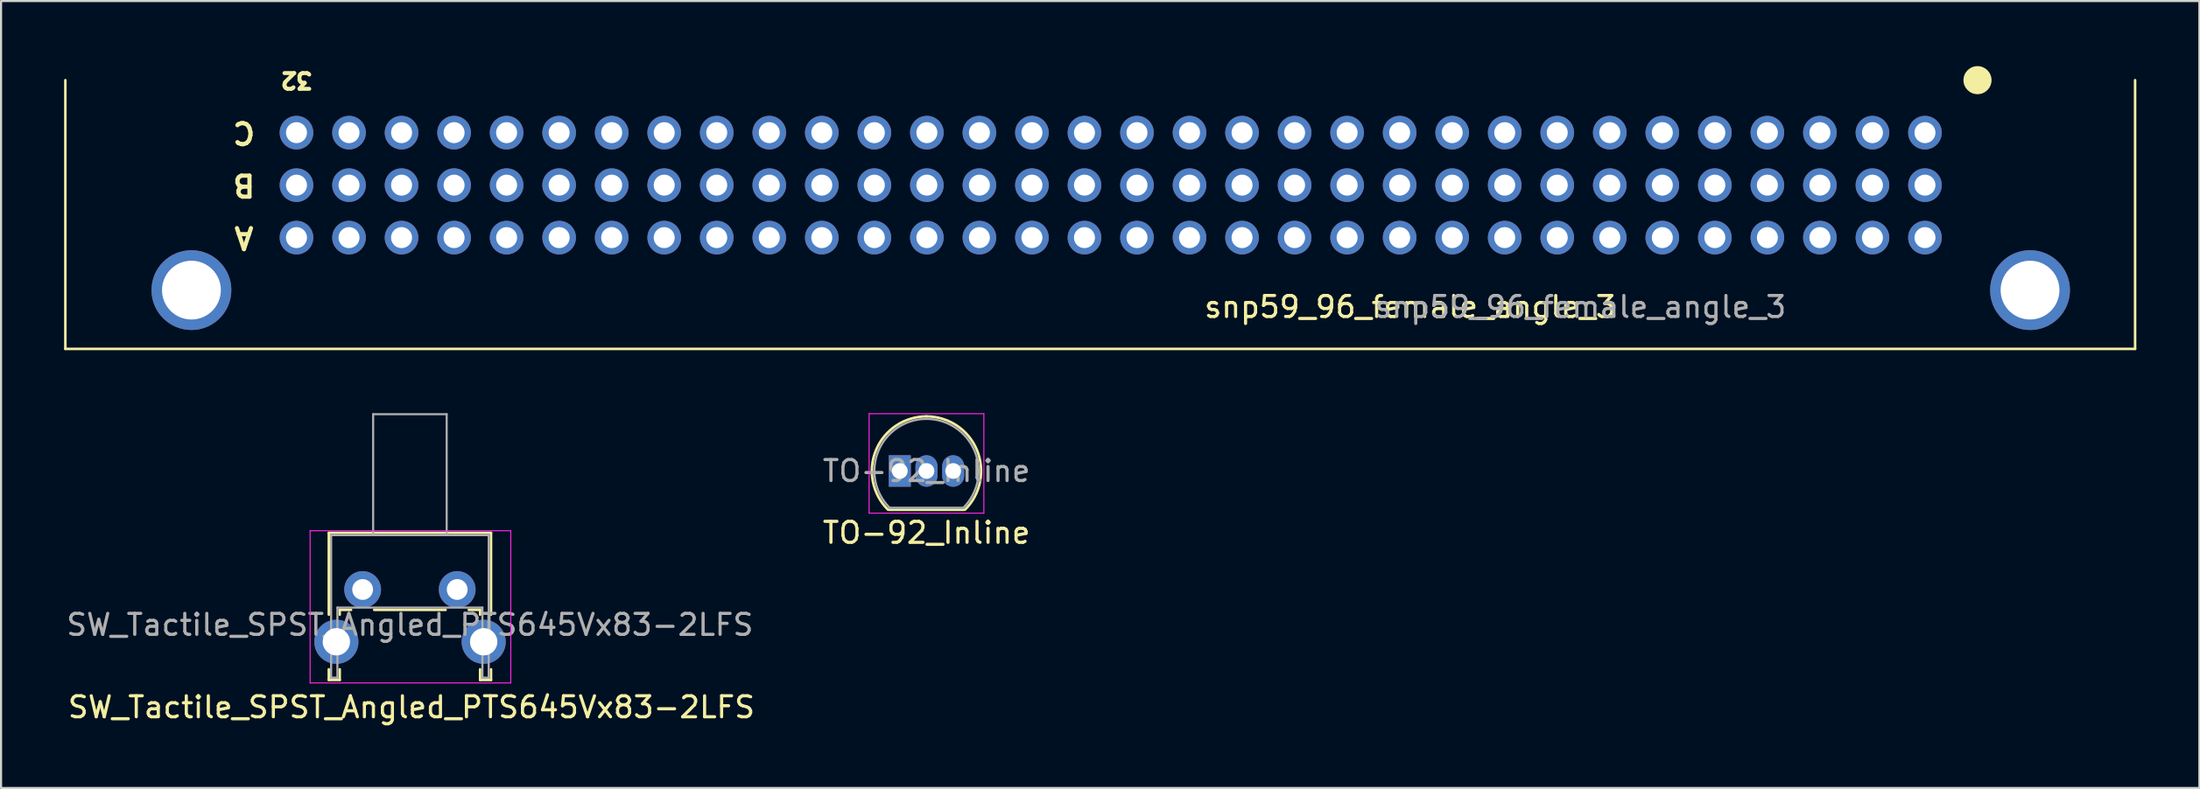
<source format=kicad_pcb>
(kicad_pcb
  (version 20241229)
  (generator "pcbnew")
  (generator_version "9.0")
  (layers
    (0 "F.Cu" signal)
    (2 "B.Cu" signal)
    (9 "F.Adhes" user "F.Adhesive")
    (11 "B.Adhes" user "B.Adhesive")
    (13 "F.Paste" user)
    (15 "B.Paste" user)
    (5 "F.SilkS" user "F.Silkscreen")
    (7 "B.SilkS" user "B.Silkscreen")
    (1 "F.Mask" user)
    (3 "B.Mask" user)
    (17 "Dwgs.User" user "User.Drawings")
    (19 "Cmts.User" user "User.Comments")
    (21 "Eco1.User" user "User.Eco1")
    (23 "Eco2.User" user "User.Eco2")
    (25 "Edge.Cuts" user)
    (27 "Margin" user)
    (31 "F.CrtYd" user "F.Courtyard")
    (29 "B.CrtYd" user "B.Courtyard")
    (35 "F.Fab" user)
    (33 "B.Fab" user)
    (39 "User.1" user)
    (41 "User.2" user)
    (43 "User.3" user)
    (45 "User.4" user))
  (footprint "SW_Tactile_SPST_Angled_PTS645Vx83-2LFS"
    (layer "F.Cu")
    (at 14.208 25.028)
    (property "Reference" "SW_Tactile_SPST_Angled_PTS645Vx83-2LFS" (at 2.322 5.606 0) (layer "F.SilkS") (effects (font (size 1 1) (thickness 0.15))))
    (attr through_hole)
    (fp_line (start -1.61 -2.7) (end -1.61 1.2) (stroke (width 0.12) (type solid)) (layer "F.SilkS"))
    (fp_line (start -1.61 -2.7) (end 6.11 -2.7) (stroke (width 0.12) (type solid)) (layer "F.SilkS"))
    (fp_line (start -1.61 3.8) (end -1.61 4.31) (stroke (width 0.12) (type solid)) (layer "F.SilkS"))
    (fp_line (start -1.61 4.31) (end -1.09 4.31) (stroke (width 0.12) (type solid)) (layer "F.SilkS"))
    (fp_line (start -1.09 0.97) (end -1.09 1.2) (stroke (width 0.12) (type solid)) (layer "F.SilkS"))
    (fp_line (start -1.09 0.97) (end -0.55 0.97) (stroke (width 0.12) (type solid)) (layer "F.SilkS"))
    (fp_line (start -1.09 3.8) (end -1.09 4.31) (stroke (width 0.12) (type solid)) (layer "F.SilkS"))
    (fp_line (start 0.55 0.97) (end 3.95 0.97) (stroke (width 0.12) (type solid)) (layer "F.SilkS"))
    (fp_line (start 5.05 0.97) (end 5.59 0.97) (stroke (width 0.12) (type solid)) (layer "F.SilkS"))
    (fp_line (start 5.59 0.97) (end 5.59 1.2) (stroke (width 0.12) (type solid)) (layer "F.SilkS"))
    (fp_line (start 5.59 3.8) (end 5.59 4.31) (stroke (width 0.12) (type solid)) (layer "F.SilkS"))
    (fp_line (start 5.59 4.31) (end 6.11 4.31) (stroke (width 0.12) (type solid)) (layer "F.SilkS"))
    (fp_line (start 6.11 -2.7) (end 6.11 1.2) (stroke (width 0.12) (type solid)) (layer "F.SilkS"))
    (fp_line (start 6.11 3.8) (end 6.11 4.31) (stroke (width 0.12) (type solid)) (layer "F.SilkS"))
    (fp_line (start -2.5 -2.8) (end 7.05 -2.8) (stroke (width 0.05) (type solid)) (layer "F.CrtYd"))
    (fp_line (start -2.5 4.45) (end -2.5 -2.8) (stroke (width 0.05) (type solid)) (layer "F.CrtYd"))
    (fp_line (start 7.05 -2.8) (end 7.05 4.45) (stroke (width 0.05) (type solid)) (layer "F.CrtYd"))
    (fp_line (start 7.05 4.45) (end -2.5 4.45) (stroke (width 0.05) (type solid)) (layer "F.CrtYd"))
    (fp_line (start -1.5 -2.59) (end 6 -2.59) (stroke (width 0.1) (type solid)) (layer "F.Fab"))
    (fp_line (start -1.5 4.2) (end -1.5 -2.59) (stroke (width 0.1) (type solid)) (layer "F.Fab"))
    (fp_line (start -1.5 4.2) (end -1.2 4.2) (stroke (width 0.1) (type solid)) (layer "F.Fab"))
    (fp_line (start -1.2 0.86) (end 5.7 0.86) (stroke (width 0.1) (type solid)) (layer "F.Fab"))
    (fp_line (start -1.2 4.2) (end -1.2 0.86) (stroke (width 0.1) (type solid)) (layer "F.Fab"))
    (fp_line (start 0.5 -8.35) (end 0.5 -2.59) (stroke (width 0.1) (type solid)) (layer "F.Fab"))
    (fp_line (start 0.5 -8.35) (end 4 -8.35) (stroke (width 0.1) (type solid)) (layer "F.Fab"))
    (fp_line (start 4 -8.35) (end 4 -2.59) (stroke (width 0.1) (type solid)) (layer "F.Fab"))
    (fp_line (start 5.7 4.2) (end 5.7 0.86) (stroke (width 0.1) (type solid)) (layer "F.Fab"))
    (fp_line (start 5.7 4.2) (end 6 4.2) (stroke (width 0.1) (type solid)) (layer "F.Fab"))
    (fp_line (start 6 4.2) (end 6 -2.59) (stroke (width 0.1) (type solid)) (layer "F.Fab"))
    (fp_text user "${REFERENCE}" (at 2.25 1.68 0) (layer "F.Fab") (effects (font (size 1 1) (thickness 0.15))))
    (pad "" thru_hole circle (at -1.25 2.49) (size 2.1 2.1) (drill 1.3) (layers "*.Cu" "*.Mask"))
    (pad "" thru_hole circle (at 5.76 2.49) (size 2.1 2.1) (drill 1.3) (layers "*.Cu" "*.Mask"))
    (pad "1" thru_hole circle (at 0 0) (size 1.75 1.75) (drill 0.99) (layers "*.Cu" "*.Mask"))
    (pad "2" thru_hole circle (at 4.5 0) (size 1.75 1.75) (drill 0.99) (layers "*.Cu" "*.Mask")))
  (footprint "snp59_96_female_angle_3"
    (layer "F.Cu")
    (at 88.56 8.268)
    (property "Reference" "snp59_96_female_angle_3" (at -24.5 3.3 0) (unlocked yes) (layer "F.SilkS") (effects (font (size 1 1) (thickness 0.15))))
    (attr through_hole)
    (fp_line (start -88.5 5.3) (end -88.5 -7.5) (stroke (width 0.12) (type solid)) (layer "F.SilkS"))
    (fp_line (start 10 -7.5) (end 10 5.3) (stroke (width 0.12) (type solid)) (layer "F.SilkS"))
    (fp_line (start 10 5.3) (end -88.5 5.3) (stroke (width 0.12) (type solid)) (layer "F.SilkS"))
    (fp_circle (center 2.5 -7.5) (end 3.108 -7.5) (stroke (width 0.12) (type solid)) (fill yes) (layer "F.SilkS"))
    (fp_text user "C" (at -80 -5 180) (unlocked yes) (layer "F.SilkS") (effects (font (size 1 1) (thickness 0.2))))
    (fp_text user "B" (at -80 -2.5 180) (unlocked yes) (layer "F.SilkS") (effects (font (size 1 1) (thickness 0.2))))
    (fp_text user "32" (at -77.5 -7.5 180) (unlocked yes) (layer "F.SilkS") (effects (font (size 0.75 0.75) (thickness 0.2))))
    (fp_text user "A" (at -80 0 180) (unlocked yes) (layer "F.SilkS") (effects (font (size 1 1) (thickness 0.2))))
    (fp_text user "${REFERENCE}" (at -16.4 3.3 0) (unlocked yes) (layer "F.Fab") (effects (font (size 1 1) (thickness 0.15))))
    (pad "" np_thru_hole circle (at -82.5 2.5) (size 3.8 3.8) (drill 2.8) (layers "*.Cu" "*.Mask"))
    (pad "" np_thru_hole circle (at 5 2.5) (size 3.8 3.8) (drill 2.8) (layers "*.Cu" "*.Mask"))
    (pad "1" thru_hole circle (at 0 -5) (size 1.6 1.6) (drill 1) (layers "*.Cu" "*.Mask"))
    (pad "1" thru_hole circle (at 0 -2.5) (size 1.6 1.6) (drill 1) (layers "*.Cu" "*.Mask"))
    (pad "2" thru_hole circle (at -2.5 -5) (size 1.6 1.6) (drill 1) (layers "*.Cu" "*.Mask"))
    (pad "2" thru_hole circle (at -2.5 -2.5) (size 1.6 1.6) (drill 1) (layers "*.Cu" "*.Mask"))
    (pad "3" thru_hole circle (at -5 -5) (size 1.6 1.6) (drill 1) (layers "*.Cu" "*.Mask"))
    (pad "3" thru_hole circle (at -5 -2.5) (size 1.6 1.6) (drill 1) (layers "*.Cu" "*.Mask"))
    (pad "4" thru_hole circle (at -7.5 -5) (size 1.6 1.6) (drill 1) (layers "*.Cu" "*.Mask"))
    (pad "4" thru_hole circle (at -7.5 -2.5) (size 1.6 1.6) (drill 1) (layers "*.Cu" "*.Mask"))
    (pad "5" thru_hole circle (at -10 -5) (size 1.6 1.6) (drill 1) (layers "*.Cu" "*.Mask"))
    (pad "5" thru_hole circle (at -10 -2.5) (size 1.6 1.6) (drill 1) (layers "*.Cu" "*.Mask"))
    (pad "6" thru_hole circle (at -12.5 -5) (size 1.6 1.6) (drill 1) (layers "*.Cu" "*.Mask"))
    (pad "6" thru_hole circle (at -12.5 -2.5) (size 1.6 1.6) (drill 1) (layers "*.Cu" "*.Mask"))
    (pad "7" thru_hole circle (at -15 -5) (size 1.6 1.6) (drill 1) (layers "*.Cu" "*.Mask"))
    (pad "7" thru_hole circle (at -15 -2.5) (size 1.6 1.6) (drill 1) (layers "*.Cu" "*.Mask"))
    (pad "8" thru_hole circle (at -17.5 -5) (size 1.6 1.6) (drill 1) (layers "*.Cu" "*.Mask"))
    (pad "8" thru_hole circle (at -17.5 -2.5) (size 1.6 1.6) (drill 1) (layers "*.Cu" "*.Mask"))
    (pad "9" thru_hole circle (at -20 -5) (size 1.6 1.6) (drill 1) (layers "*.Cu" "*.Mask"))
    (pad "9" thru_hole circle (at -20 -2.5) (size 1.6 1.6) (drill 1) (layers "*.Cu" "*.Mask"))
    (pad "10" thru_hole circle (at -22.5 -5) (size 1.6 1.6) (drill 1) (layers "*.Cu" "*.Mask"))
    (pad "10" thru_hole circle (at -22.5 -2.5) (size 1.6 1.6) (drill 1) (layers "*.Cu" "*.Mask"))
    (pad "11" thru_hole circle (at -25 -5) (size 1.6 1.6) (drill 1) (layers "*.Cu" "*.Mask"))
    (pad "11" thru_hole circle (at -25 -2.5) (size 1.6 1.6) (drill 1) (layers "*.Cu" "*.Mask"))
    (pad "12" thru_hole circle (at -27.5 -5) (size 1.6 1.6) (drill 1) (layers "*.Cu" "*.Mask"))
    (pad "12" thru_hole circle (at -27.5 -2.5) (size 1.6 1.6) (drill 1) (layers "*.Cu" "*.Mask"))
    (pad "13" thru_hole circle (at -30 -5) (size 1.6 1.6) (drill 1) (layers "*.Cu" "*.Mask"))
    (pad "13" thru_hole circle (at -30 -2.5) (size 1.6 1.6) (drill 1) (layers "*.Cu" "*.Mask"))
    (pad "14" thru_hole circle (at -32.5 -5) (size 1.6 1.6) (drill 1) (layers "*.Cu" "*.Mask"))
    (pad "14" thru_hole circle (at -32.5 -2.5) (size 1.6 1.6) (drill 1) (layers "*.Cu" "*.Mask"))
    (pad "15" thru_hole circle (at -35 -5) (size 1.6 1.6) (drill 1) (layers "*.Cu" "*.Mask"))
    (pad "15" thru_hole circle (at -35 -2.5) (size 1.6 1.6) (drill 1) (layers "*.Cu" "*.Mask"))
    (pad "16" thru_hole circle (at -37.5 -5) (size 1.6 1.6) (drill 1) (layers "*.Cu" "*.Mask"))
    (pad "16" thru_hole circle (at -37.5 -2.5) (size 1.6 1.6) (drill 1) (layers "*.Cu" "*.Mask"))
    (pad "17" thru_hole circle (at -40 -5) (size 1.6 1.6) (drill 1) (layers "*.Cu" "*.Mask"))
    (pad "17" thru_hole circle (at -40 -2.5) (size 1.6 1.6) (drill 1) (layers "*.Cu" "*.Mask"))
    (pad "18" thru_hole circle (at -42.5 -5) (size 1.6 1.6) (drill 1) (layers "*.Cu" "*.Mask"))
    (pad "18" thru_hole circle (at -42.5 -2.5) (size 1.6 1.6) (drill 1) (layers "*.Cu" "*.Mask"))
    (pad "19" thru_hole circle (at -45 -5) (size 1.6 1.6) (drill 1) (layers "*.Cu" "*.Mask"))
    (pad "19" thru_hole circle (at -45 -2.5) (size 1.6 1.6) (drill 1) (layers "*.Cu" "*.Mask"))
    (pad "20" thru_hole circle (at -47.5 -5) (size 1.6 1.6) (drill 1) (layers "*.Cu" "*.Mask"))
    (pad "20" thru_hole circle (at -47.5 -2.5) (size 1.6 1.6) (drill 1) (layers "*.Cu" "*.Mask"))
    (pad "21" thru_hole circle (at -50 -5) (size 1.6 1.6) (drill 1) (layers "*.Cu" "*.Mask"))
    (pad "21" thru_hole circle (at -50 -2.5) (size 1.6 1.6) (drill 1) (layers "*.Cu" "*.Mask"))
    (pad "22" thru_hole circle (at -52.5 -5) (size 1.6 1.6) (drill 1) (layers "*.Cu" "*.Mask"))
    (pad "22" thru_hole circle (at -52.5 -2.5) (size 1.6 1.6) (drill 1) (layers "*.Cu" "*.Mask"))
    (pad "23" thru_hole circle (at -55 -5) (size 1.6 1.6) (drill 1) (layers "*.Cu" "*.Mask"))
    (pad "23" thru_hole circle (at -55 -2.5) (size 1.6 1.6) (drill 1) (layers "*.Cu" "*.Mask"))
    (pad "24" thru_hole circle (at -57.5 -5) (size 1.6 1.6) (drill 1) (layers "*.Cu" "*.Mask"))
    (pad "24" thru_hole circle (at -57.5 -2.5) (size 1.6 1.6) (drill 1) (layers "*.Cu" "*.Mask"))
    (pad "25" thru_hole circle (at -60 -5) (size 1.6 1.6) (drill 1) (layers "*.Cu" "*.Mask"))
    (pad "25" thru_hole circle (at -60 -2.5) (size 1.6 1.6) (drill 1) (layers "*.Cu" "*.Mask"))
    (pad "26" thru_hole circle (at -62.5 -5) (size 1.6 1.6) (drill 1) (layers "*.Cu" "*.Mask"))
    (pad "26" thru_hole circle (at -62.5 -2.5) (size 1.6 1.6) (drill 1) (layers "*.Cu" "*.Mask"))
    (pad "27" thru_hole circle (at -65 -5) (size 1.6 1.6) (drill 1) (layers "*.Cu" "*.Mask"))
    (pad "27" thru_hole circle (at -65 -2.5) (size 1.6 1.6) (drill 1) (layers "*.Cu" "*.Mask"))
    (pad "28" thru_hole circle (at -67.5 -5) (size 1.6 1.6) (drill 1) (layers "*.Cu" "*.Mask"))
    (pad "28" thru_hole circle (at -67.5 -2.5) (size 1.6 1.6) (drill 1) (layers "*.Cu" "*.Mask"))
    (pad "29" thru_hole circle (at -70 -5) (size 1.6 1.6) (drill 1) (layers "*.Cu" "*.Mask"))
    (pad "29" thru_hole circle (at -70 -2.5) (size 1.6 1.6) (drill 1) (layers "*.Cu" "*.Mask"))
    (pad "30" thru_hole circle (at -72.5 -5) (size 1.6 1.6) (drill 1) (layers "*.Cu" "*.Mask"))
    (pad "30" thru_hole circle (at -72.5 -2.5) (size 1.6 1.6) (drill 1) (layers "*.Cu" "*.Mask"))
    (pad "31" thru_hole circle (at -75 -5) (size 1.6 1.6) (drill 1) (layers "*.Cu" "*.Mask"))
    (pad "31" thru_hole circle (at -75 -2.5) (size 1.6 1.6) (drill 1) (layers "*.Cu" "*.Mask"))
    (pad "32" thru_hole circle (at -77.5 -5) (size 1.6 1.6) (drill 1) (layers "*.Cu" "*.Mask"))
    (pad "32" thru_hole circle (at -77.5 -2.5) (size 1.6 1.6) (drill 1) (layers "*.Cu" "*.Mask"))
    (pad "33" thru_hole circle (at 0 0) (size 1.6 1.6) (drill 1) (layers "*.Cu" "*.Mask"))
    (pad "34" thru_hole circle (at -2.5 0) (size 1.6 1.6) (drill 1) (layers "*.Cu" "*.Mask"))
    (pad "35" thru_hole circle (at -5 0) (size 1.6 1.6) (drill 1) (layers "*.Cu" "*.Mask"))
    (pad "36" thru_hole circle (at -7.5 0) (size 1.6 1.6) (drill 1) (layers "*.Cu" "*.Mask"))
    (pad "37" thru_hole circle (at -10 0) (size 1.6 1.6) (drill 1) (layers "*.Cu" "*.Mask"))
    (pad "38" thru_hole circle (at -12.5 0) (size 1.6 1.6) (drill 1) (layers "*.Cu" "*.Mask"))
    (pad "39" thru_hole circle (at -15 0) (size 1.6 1.6) (drill 1) (layers "*.Cu" "*.Mask"))
    (pad "40" thru_hole circle (at -17.5 0) (size 1.6 1.6) (drill 1) (layers "*.Cu" "*.Mask"))
    (pad "41" thru_hole circle (at -20 0) (size 1.6 1.6) (drill 1) (layers "*.Cu" "*.Mask"))
    (pad "42" thru_hole circle (at -22.5 0) (size 1.6 1.6) (drill 1) (layers "*.Cu" "*.Mask"))
    (pad "43" thru_hole circle (at -25 0) (size 1.6 1.6) (drill 1) (layers "*.Cu" "*.Mask"))
    (pad "44" thru_hole circle (at -27.5 0) (size 1.6 1.6) (drill 1) (layers "*.Cu" "*.Mask"))
    (pad "45" thru_hole circle (at -30 0) (size 1.6 1.6) (drill 1) (layers "*.Cu" "*.Mask"))
    (pad "46" thru_hole circle (at -32.5 0) (size 1.6 1.6) (drill 1) (layers "*.Cu" "*.Mask"))
    (pad "47" thru_hole circle (at -35 0) (size 1.6 1.6) (drill 1) (layers "*.Cu" "*.Mask"))
    (pad "48" thru_hole circle (at -37.5 0) (size 1.6 1.6) (drill 1) (layers "*.Cu" "*.Mask"))
    (pad "49" thru_hole circle (at -40 0) (size 1.6 1.6) (drill 1) (layers "*.Cu" "*.Mask"))
    (pad "50" thru_hole circle (at -42.5 0) (size 1.6 1.6) (drill 1) (layers "*.Cu" "*.Mask"))
    (pad "51" thru_hole circle (at -45 0) (size 1.6 1.6) (drill 1) (layers "*.Cu" "*.Mask"))
    (pad "52" thru_hole circle (at -47.5 0) (size 1.6 1.6) (drill 1) (layers "*.Cu" "*.Mask"))
    (pad "53" thru_hole circle (at -50 0) (size 1.6 1.6) (drill 1) (layers "*.Cu" "*.Mask"))
    (pad "54" thru_hole circle (at -52.5 0) (size 1.6 1.6) (drill 1) (layers "*.Cu" "*.Mask"))
    (pad "55" thru_hole circle (at -55 0) (size 1.6 1.6) (drill 1) (layers "*.Cu" "*.Mask"))
    (pad "56" thru_hole circle (at -57.5 0) (size 1.6 1.6) (drill 1) (layers "*.Cu" "*.Mask"))
    (pad "57" thru_hole circle (at -60 0) (size 1.6 1.6) (drill 1) (layers "*.Cu" "*.Mask"))
    (pad "58" thru_hole circle (at -62.5 0) (size 1.6 1.6) (drill 1) (layers "*.Cu" "*.Mask"))
    (pad "59" thru_hole circle (at -65 0) (size 1.6 1.6) (drill 1) (layers "*.Cu" "*.Mask"))
    (pad "60" thru_hole circle (at -67.5 0) (size 1.6 1.6) (drill 1) (layers "*.Cu" "*.Mask"))
    (pad "61" thru_hole circle (at -70 0) (size 1.6 1.6) (drill 1) (layers "*.Cu" "*.Mask"))
    (pad "62" thru_hole circle (at -72.5 0) (size 1.6 1.6) (drill 1) (layers "*.Cu" "*.Mask"))
    (pad "63" thru_hole circle (at -75 0) (size 1.6 1.6) (drill 1) (layers "*.Cu" "*.Mask"))
    (pad "64" thru_hole circle (at -77.5 0) (size 1.6 1.6) (drill 1) (layers "*.Cu" "*.Mask")))
  (footprint "TO-92_Inline"
    (layer "F.Cu")
    (at 39.772 19.383)
    (property "Reference" "TO-92_Inline" (at 1.27 2.942 180) (layer "F.SilkS") (effects (font (size 1 1) (thickness 0.15))))
    (attr through_hole)
    (fp_line (start -0.53 1.85) (end 3.07 1.85) (stroke (width 0.12) (type solid)) (layer "F.SilkS"))
    (fp_arc (start -0.568478 1.838478) (mid -1.132087 -0.994977) (end 1.27 -2.6) (stroke (width 0.12) (type solid)) (layer "F.SilkS"))
    (fp_arc (start 1.27 -2.6) (mid 3.672087 -0.994977) (end 3.108478 1.838478) (stroke (width 0.12) (type solid)) (layer "F.SilkS"))
    (fp_line (start -1.46 -2.73) (end -1.46 2.01) (stroke (width 0.05) (type solid)) (layer "F.CrtYd"))
    (fp_line (start -1.46 -2.73) (end 4 -2.73) (stroke (width 0.05) (type solid)) (layer "F.CrtYd"))
    (fp_line (start 4 2.01) (end -1.46 2.01) (stroke (width 0.05) (type solid)) (layer "F.CrtYd"))
    (fp_line (start 4 2.01) (end 4 -2.73) (stroke (width 0.05) (type solid)) (layer "F.CrtYd"))
    (fp_line (start -0.5 1.75) (end 3 1.75) (stroke (width 0.1) (type solid)) (layer "F.Fab"))
    (fp_arc (start -0.483625 1.753625) (mid -1.021221 -0.949055) (end 1.27 -2.48) (stroke (width 0.1) (type solid)) (layer "F.Fab"))
    (fp_arc (start 1.27 -2.48) (mid 3.561221 -0.949055) (end 3.023625 1.753625) (stroke (width 0.1) (type solid)) (layer "F.Fab"))
    (fp_text user "${REFERENCE}" (at 1.27 0 180) (layer "F.Fab") (effects (font (size 1 1) (thickness 0.15))))
    (pad "1" thru_hole rect (at 0 0) (size 1.05 1.5) (drill 0.75) (layers "*.Cu" "*.Mask"))
    (pad "2" thru_hole oval (at 1.27 0) (size 1.05 1.5) (drill 0.75) (layers "*.Cu" "*.Mask"))
    (pad "3" thru_hole oval (at 2.54 0) (size 1.05 1.5) (drill 0.75) (layers "*.Cu" "*.Mask")))
  (gr_rect
    (start -3 -3)
    (end 101.62 34.482)
    (stroke (width 0.1) (type default))
    (fill no)
    (layer "Edge.Cuts")))
</source>
